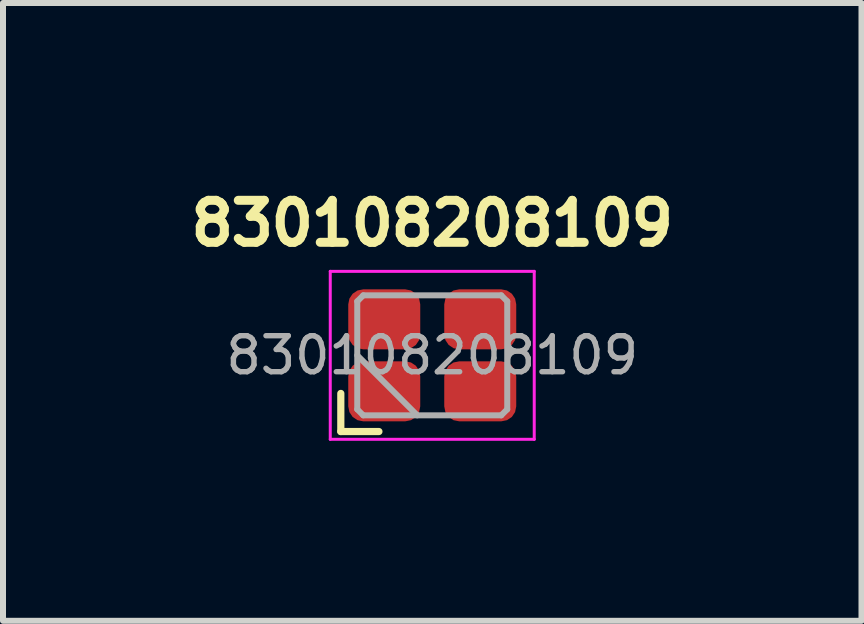
<source format=kicad_pcb>
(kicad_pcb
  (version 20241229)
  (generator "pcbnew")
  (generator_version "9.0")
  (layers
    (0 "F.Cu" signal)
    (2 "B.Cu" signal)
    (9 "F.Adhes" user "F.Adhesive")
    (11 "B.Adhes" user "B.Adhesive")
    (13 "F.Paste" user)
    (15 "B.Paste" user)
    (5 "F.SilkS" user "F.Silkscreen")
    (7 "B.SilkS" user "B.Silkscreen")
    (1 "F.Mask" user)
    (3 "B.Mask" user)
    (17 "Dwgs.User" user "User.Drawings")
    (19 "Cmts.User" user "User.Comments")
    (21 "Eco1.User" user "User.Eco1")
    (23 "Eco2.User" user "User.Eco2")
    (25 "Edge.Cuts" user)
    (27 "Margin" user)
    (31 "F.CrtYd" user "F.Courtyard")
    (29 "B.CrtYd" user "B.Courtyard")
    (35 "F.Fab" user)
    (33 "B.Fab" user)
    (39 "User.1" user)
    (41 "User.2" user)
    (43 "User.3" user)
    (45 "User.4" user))
  (footprint "830108208109"
    (layer "F.Cu")
    (at 4.155 2.873)
    (property "Reference" "830108208109" (at 0 -2.2 0) (layer "F.SilkS") (effects (font (size 0.7 0.7) (thickness 0.15))))
    (attr smd)
    (fp_line (start -1.524 0.635) (end -1.524 1.27) (stroke (width 0.12) (type solid)) (layer "F.SilkS"))
    (fp_line (start -1.524 1.27) (end -0.889 1.27) (stroke (width 0.12) (type solid)) (layer "F.SilkS"))
    (fp_line (start -1.7 -1.4) (end -1.7 1.4) (stroke (width 0.05) (type solid)) (layer "F.CrtYd"))
    (fp_line (start -1.7 1.4) (end 1.7 1.4) (stroke (width 0.05) (type solid)) (layer "F.CrtYd"))
    (fp_line (start 1.7 -1.4) (end -1.7 -1.4) (stroke (width 0.05) (type solid)) (layer "F.CrtYd"))
    (fp_line (start 1.7 1.4) (end 1.7 -1.4) (stroke (width 0.05) (type solid)) (layer "F.CrtYd"))
    (fp_line (start -1.25 -0.9) (end -1.15 -1) (stroke (width 0.1) (type solid)) (layer "F.Fab"))
    (fp_line (start -1.25 0) (end -0.25 1) (stroke (width 0.1) (type solid)) (layer "F.Fab"))
    (fp_line (start -1.25 0.9) (end -1.25 -0.9) (stroke (width 0.1) (type solid)) (layer "F.Fab"))
    (fp_line (start -1.15 -1) (end 1.15 -1) (stroke (width 0.1) (type solid)) (layer "F.Fab"))
    (fp_line (start -1.15 1) (end -1.25 0.9) (stroke (width 0.1) (type solid)) (layer "F.Fab"))
    (fp_line (start 1.15 -1) (end 1.25 -0.9) (stroke (width 0.1) (type solid)) (layer "F.Fab"))
    (fp_line (start 1.15 1) (end -1.15 1) (stroke (width 0.1) (type solid)) (layer "F.Fab"))
    (fp_line (start 1.25 -0.9) (end 1.25 0.9) (stroke (width 0.1) (type solid)) (layer "F.Fab"))
    (fp_line (start 1.25 0.9) (end 1.15 1) (stroke (width 0.1) (type solid)) (layer "F.Fab"))
    (fp_text user "${REFERENCE}" (at 0 0 0) (layer "F.Fab") (effects (font (size 0.6 0.6) (thickness 0.09))))
    (pad "1" smd roundrect (at -0.8 0.6) (size 1.2 1) (layers "F.Cu" "F.Mask" "F.Paste") (roundrect_rratio 0.25))
    (pad "2" smd roundrect (at 0.8 0.6) (size 1.2 1) (layers "F.Cu" "F.Mask" "F.Paste") (roundrect_rratio 0.25))
    (pad "3" smd roundrect (at 0.8 -0.6) (size 1.2 1) (layers "F.Cu" "F.Mask" "F.Paste") (roundrect_rratio 0.25))
    (pad "4" smd roundrect (at -0.8 -0.6) (size 1.2 1) (layers "F.Cu" "F.Mask" "F.Paste") (roundrect_rratio 0.25)))
  (gr_rect
    (start -3 -3)
    (end 11.31 7.298)
    (stroke (width 0.1) (type default))
    (fill no)
    (layer "Edge.Cuts")))
</source>
